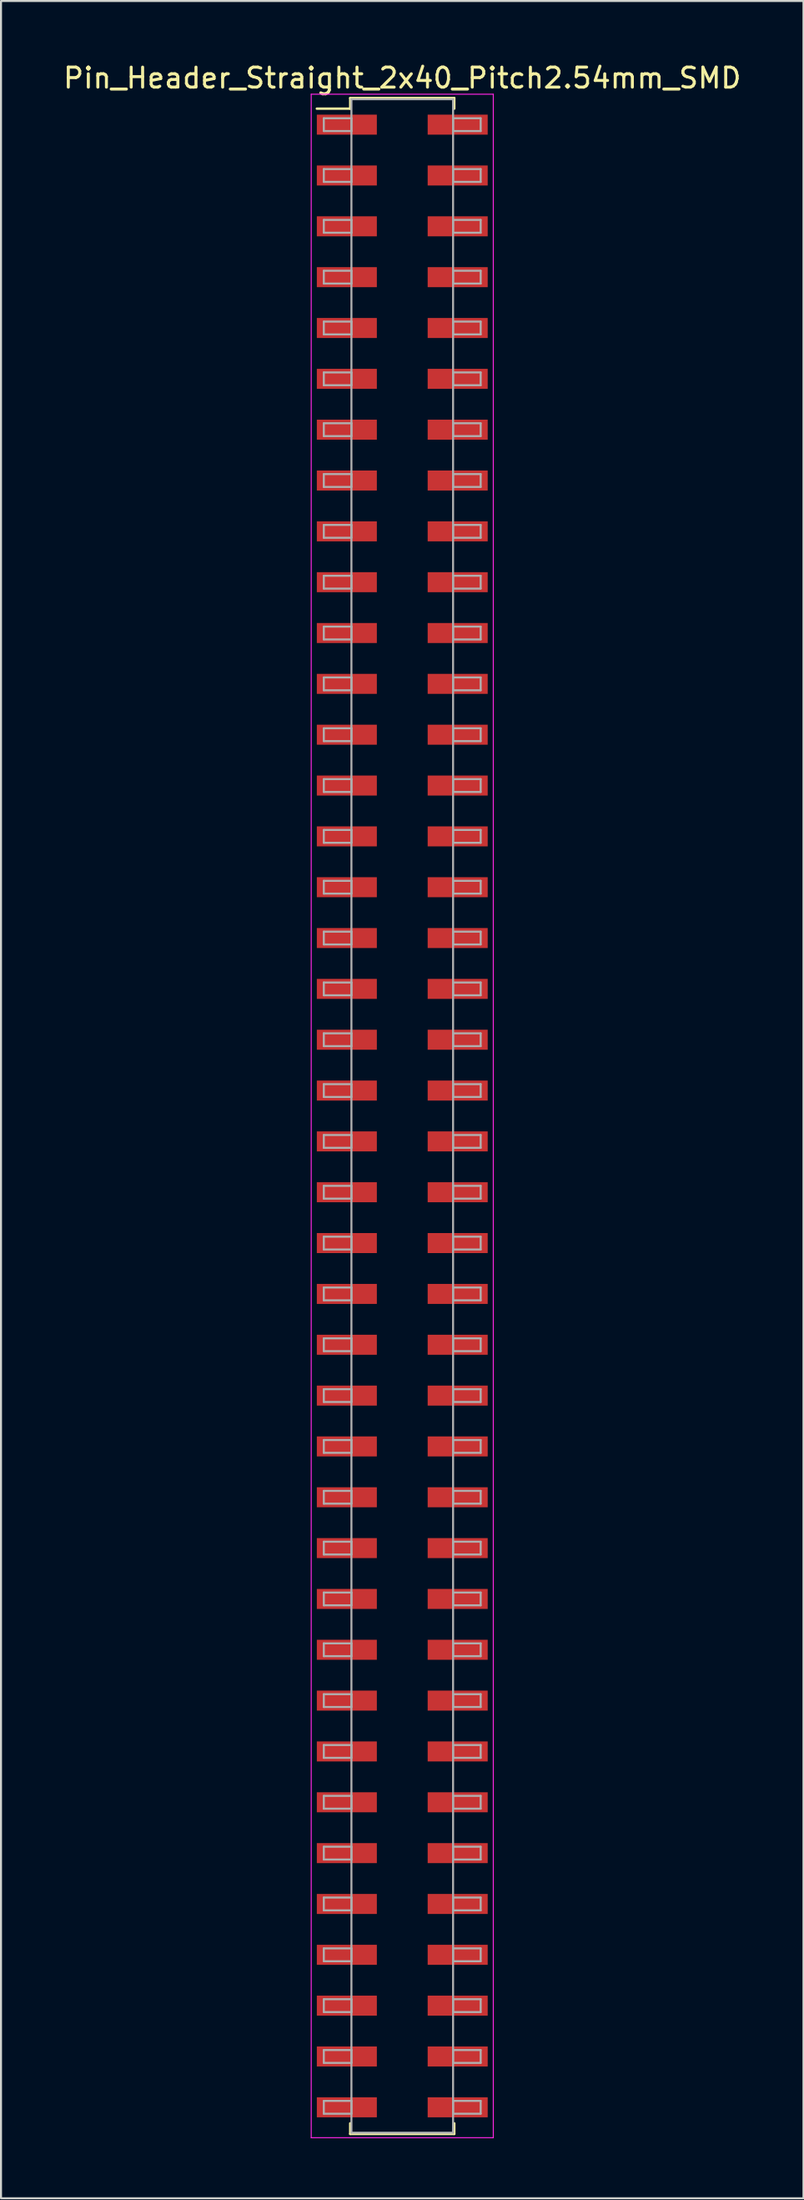
<source format=kicad_pcb>
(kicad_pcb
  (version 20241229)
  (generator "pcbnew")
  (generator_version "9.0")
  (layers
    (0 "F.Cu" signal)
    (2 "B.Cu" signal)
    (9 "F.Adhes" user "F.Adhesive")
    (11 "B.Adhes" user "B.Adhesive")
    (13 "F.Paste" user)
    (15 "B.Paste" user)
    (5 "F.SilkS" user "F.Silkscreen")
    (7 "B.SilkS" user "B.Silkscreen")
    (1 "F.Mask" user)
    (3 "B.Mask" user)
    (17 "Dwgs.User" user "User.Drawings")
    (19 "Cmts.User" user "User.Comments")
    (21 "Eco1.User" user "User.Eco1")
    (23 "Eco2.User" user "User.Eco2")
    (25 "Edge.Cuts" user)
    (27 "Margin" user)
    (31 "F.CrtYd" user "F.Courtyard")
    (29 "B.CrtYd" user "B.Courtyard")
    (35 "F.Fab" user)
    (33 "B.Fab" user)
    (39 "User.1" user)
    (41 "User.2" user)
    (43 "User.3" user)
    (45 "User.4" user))
  (footprint "Pin_Header_Straight_2x40_Pitch2.54mm_SMD"
    (layer "F.Cu")
    (at 17.054 52.708)
    (property "Reference" "Pin_Header_Straight_2x40_Pitch2.54mm_SMD" (at 0 -51.86 0) (layer "F.SilkS") (effects (font (size 1 1) (thickness 0.15))))
    (attr smd)
    (fp_line (start -4.27 -50.33) (end -2.6 -50.33) (stroke (width 0.12) (type solid)) (layer "F.SilkS"))
    (fp_line (start -2.6 -50.86) (end 2.6 -50.86) (stroke (width 0.12) (type solid)) (layer "F.SilkS"))
    (fp_line (start -2.6 -50.33) (end -2.6 -50.86) (stroke (width 0.12) (type solid)) (layer "F.SilkS"))
    (fp_line (start -2.6 50.33) (end -2.6 50.86) (stroke (width 0.12) (type solid)) (layer "F.SilkS"))
    (fp_line (start -2.6 50.86) (end 2.6 50.86) (stroke (width 0.12) (type solid)) (layer "F.SilkS"))
    (fp_line (start 2.6 -50.86) (end 2.6 -50.33) (stroke (width 0.12) (type solid)) (layer "F.SilkS"))
    (fp_line (start 2.6 50.86) (end 2.6 50.33) (stroke (width 0.12) (type solid)) (layer "F.SilkS"))
    (fp_line (start -4.55 -51.05) (end -4.55 51.05) (stroke (width 0.05) (type solid)) (layer "F.CrtYd"))
    (fp_line (start -4.55 51.05) (end 4.55 51.05) (stroke (width 0.05) (type solid)) (layer "F.CrtYd"))
    (fp_line (start 4.55 -51.05) (end -4.55 -51.05) (stroke (width 0.05) (type solid)) (layer "F.CrtYd"))
    (fp_line (start 4.55 51.05) (end 4.55 -51.05) (stroke (width 0.05) (type solid)) (layer "F.CrtYd"))
    (fp_line (start -3.92 -49.85) (end -2.54 -49.85) (stroke (width 0.1) (type solid)) (layer "F.Fab"))
    (fp_line (start -3.92 -49.21) (end -3.92 -49.85) (stroke (width 0.1) (type solid)) (layer "F.Fab"))
    (fp_line (start -3.92 -47.31) (end -2.54 -47.31) (stroke (width 0.1) (type solid)) (layer "F.Fab"))
    (fp_line (start -3.92 -46.67) (end -3.92 -47.31) (stroke (width 0.1) (type solid)) (layer "F.Fab"))
    (fp_line (start -3.92 -44.77) (end -2.54 -44.77) (stroke (width 0.1) (type solid)) (layer "F.Fab"))
    (fp_line (start -3.92 -44.13) (end -3.92 -44.77) (stroke (width 0.1) (type solid)) (layer "F.Fab"))
    (fp_line (start -3.92 -42.23) (end -2.54 -42.23) (stroke (width 0.1) (type solid)) (layer "F.Fab"))
    (fp_line (start -3.92 -41.59) (end -3.92 -42.23) (stroke (width 0.1) (type solid)) (layer "F.Fab"))
    (fp_line (start -3.92 -39.69) (end -2.54 -39.69) (stroke (width 0.1) (type solid)) (layer "F.Fab"))
    (fp_line (start -3.92 -39.05) (end -3.92 -39.69) (stroke (width 0.1) (type solid)) (layer "F.Fab"))
    (fp_line (start -3.92 -37.15) (end -2.54 -37.15) (stroke (width 0.1) (type solid)) (layer "F.Fab"))
    (fp_line (start -3.92 -36.51) (end -3.92 -37.15) (stroke (width 0.1) (type solid)) (layer "F.Fab"))
    (fp_line (start -3.92 -34.61) (end -2.54 -34.61) (stroke (width 0.1) (type solid)) (layer "F.Fab"))
    (fp_line (start -3.92 -33.97) (end -3.92 -34.61) (stroke (width 0.1) (type solid)) (layer "F.Fab"))
    (fp_line (start -3.92 -32.07) (end -2.54 -32.07) (stroke (width 0.1) (type solid)) (layer "F.Fab"))
    (fp_line (start -3.92 -31.43) (end -3.92 -32.07) (stroke (width 0.1) (type solid)) (layer "F.Fab"))
    (fp_line (start -3.92 -29.53) (end -2.54 -29.53) (stroke (width 0.1) (type solid)) (layer "F.Fab"))
    (fp_line (start -3.92 -28.89) (end -3.92 -29.53) (stroke (width 0.1) (type solid)) (layer "F.Fab"))
    (fp_line (start -3.92 -26.99) (end -2.54 -26.99) (stroke (width 0.1) (type solid)) (layer "F.Fab"))
    (fp_line (start -3.92 -26.35) (end -3.92 -26.99) (stroke (width 0.1) (type solid)) (layer "F.Fab"))
    (fp_line (start -3.92 -24.45) (end -2.54 -24.45) (stroke (width 0.1) (type solid)) (layer "F.Fab"))
    (fp_line (start -3.92 -23.81) (end -3.92 -24.45) (stroke (width 0.1) (type solid)) (layer "F.Fab"))
    (fp_line (start -3.92 -21.91) (end -2.54 -21.91) (stroke (width 0.1) (type solid)) (layer "F.Fab"))
    (fp_line (start -3.92 -21.27) (end -3.92 -21.91) (stroke (width 0.1) (type solid)) (layer "F.Fab"))
    (fp_line (start -3.92 -19.37) (end -2.54 -19.37) (stroke (width 0.1) (type solid)) (layer "F.Fab"))
    (fp_line (start -3.92 -18.73) (end -3.92 -19.37) (stroke (width 0.1) (type solid)) (layer "F.Fab"))
    (fp_line (start -3.92 -16.83) (end -2.54 -16.83) (stroke (width 0.1) (type solid)) (layer "F.Fab"))
    (fp_line (start -3.92 -16.19) (end -3.92 -16.83) (stroke (width 0.1) (type solid)) (layer "F.Fab"))
    (fp_line (start -3.92 -14.29) (end -2.54 -14.29) (stroke (width 0.1) (type solid)) (layer "F.Fab"))
    (fp_line (start -3.92 -13.65) (end -3.92 -14.29) (stroke (width 0.1) (type solid)) (layer "F.Fab"))
    (fp_line (start -3.92 -11.75) (end -2.54 -11.75) (stroke (width 0.1) (type solid)) (layer "F.Fab"))
    (fp_line (start -3.92 -11.11) (end -3.92 -11.75) (stroke (width 0.1) (type solid)) (layer "F.Fab"))
    (fp_line (start -3.92 -9.21) (end -2.54 -9.21) (stroke (width 0.1) (type solid)) (layer "F.Fab"))
    (fp_line (start -3.92 -8.57) (end -3.92 -9.21) (stroke (width 0.1) (type solid)) (layer "F.Fab"))
    (fp_line (start -3.92 -6.67) (end -2.54 -6.67) (stroke (width 0.1) (type solid)) (layer "F.Fab"))
    (fp_line (start -3.92 -6.03) (end -3.92 -6.67) (stroke (width 0.1) (type solid)) (layer "F.Fab"))
    (fp_line (start -3.92 -4.13) (end -2.54 -4.13) (stroke (width 0.1) (type solid)) (layer "F.Fab"))
    (fp_line (start -3.92 -3.49) (end -3.92 -4.13) (stroke (width 0.1) (type solid)) (layer "F.Fab"))
    (fp_line (start -3.92 -1.59) (end -2.54 -1.59) (stroke (width 0.1) (type solid)) (layer "F.Fab"))
    (fp_line (start -3.92 -0.95) (end -3.92 -1.59) (stroke (width 0.1) (type solid)) (layer "F.Fab"))
    (fp_line (start -3.92 0.95) (end -2.54 0.95) (stroke (width 0.1) (type solid)) (layer "F.Fab"))
    (fp_line (start -3.92 1.59) (end -3.92 0.95) (stroke (width 0.1) (type solid)) (layer "F.Fab"))
    (fp_line (start -3.92 3.49) (end -2.54 3.49) (stroke (width 0.1) (type solid)) (layer "F.Fab"))
    (fp_line (start -3.92 4.13) (end -3.92 3.49) (stroke (width 0.1) (type solid)) (layer "F.Fab"))
    (fp_line (start -3.92 6.03) (end -2.54 6.03) (stroke (width 0.1) (type solid)) (layer "F.Fab"))
    (fp_line (start -3.92 6.67) (end -3.92 6.03) (stroke (width 0.1) (type solid)) (layer "F.Fab"))
    (fp_line (start -3.92 8.57) (end -2.54 8.57) (stroke (width 0.1) (type solid)) (layer "F.Fab"))
    (fp_line (start -3.92 9.21) (end -3.92 8.57) (stroke (width 0.1) (type solid)) (layer "F.Fab"))
    (fp_line (start -3.92 11.11) (end -2.54 11.11) (stroke (width 0.1) (type solid)) (layer "F.Fab"))
    (fp_line (start -3.92 11.75) (end -3.92 11.11) (stroke (width 0.1) (type solid)) (layer "F.Fab"))
    (fp_line (start -3.92 13.65) (end -2.54 13.65) (stroke (width 0.1) (type solid)) (layer "F.Fab"))
    (fp_line (start -3.92 14.29) (end -3.92 13.65) (stroke (width 0.1) (type solid)) (layer "F.Fab"))
    (fp_line (start -3.92 16.19) (end -2.54 16.19) (stroke (width 0.1) (type solid)) (layer "F.Fab"))
    (fp_line (start -3.92 16.83) (end -3.92 16.19) (stroke (width 0.1) (type solid)) (layer "F.Fab"))
    (fp_line (start -3.92 18.73) (end -2.54 18.73) (stroke (width 0.1) (type solid)) (layer "F.Fab"))
    (fp_line (start -3.92 19.37) (end -3.92 18.73) (stroke (width 0.1) (type solid)) (layer "F.Fab"))
    (fp_line (start -3.92 21.27) (end -2.54 21.27) (stroke (width 0.1) (type solid)) (layer "F.Fab"))
    (fp_line (start -3.92 21.91) (end -3.92 21.27) (stroke (width 0.1) (type solid)) (layer "F.Fab"))
    (fp_line (start -3.92 23.81) (end -2.54 23.81) (stroke (width 0.1) (type solid)) (layer "F.Fab"))
    (fp_line (start -3.92 24.45) (end -3.92 23.81) (stroke (width 0.1) (type solid)) (layer "F.Fab"))
    (fp_line (start -3.92 26.35) (end -2.54 26.35) (stroke (width 0.1) (type solid)) (layer "F.Fab"))
    (fp_line (start -3.92 26.99) (end -3.92 26.35) (stroke (width 0.1) (type solid)) (layer "F.Fab"))
    (fp_line (start -3.92 28.89) (end -2.54 28.89) (stroke (width 0.1) (type solid)) (layer "F.Fab"))
    (fp_line (start -3.92 29.53) (end -3.92 28.89) (stroke (width 0.1) (type solid)) (layer "F.Fab"))
    (fp_line (start -3.92 31.43) (end -2.54 31.43) (stroke (width 0.1) (type solid)) (layer "F.Fab"))
    (fp_line (start -3.92 32.07) (end -3.92 31.43) (stroke (width 0.1) (type solid)) (layer "F.Fab"))
    (fp_line (start -3.92 33.97) (end -2.54 33.97) (stroke (width 0.1) (type solid)) (layer "F.Fab"))
    (fp_line (start -3.92 34.61) (end -3.92 33.97) (stroke (width 0.1) (type solid)) (layer "F.Fab"))
    (fp_line (start -3.92 36.51) (end -2.54 36.51) (stroke (width 0.1) (type solid)) (layer "F.Fab"))
    (fp_line (start -3.92 37.15) (end -3.92 36.51) (stroke (width 0.1) (type solid)) (layer "F.Fab"))
    (fp_line (start -3.92 39.05) (end -2.54 39.05) (stroke (width 0.1) (type solid)) (layer "F.Fab"))
    (fp_line (start -3.92 39.69) (end -3.92 39.05) (stroke (width 0.1) (type solid)) (layer "F.Fab"))
    (fp_line (start -3.92 41.59) (end -2.54 41.59) (stroke (width 0.1) (type solid)) (layer "F.Fab"))
    (fp_line (start -3.92 42.23) (end -3.92 41.59) (stroke (width 0.1) (type solid)) (layer "F.Fab"))
    (fp_line (start -3.92 44.13) (end -2.54 44.13) (stroke (width 0.1) (type solid)) (layer "F.Fab"))
    (fp_line (start -3.92 44.77) (end -3.92 44.13) (stroke (width 0.1) (type solid)) (layer "F.Fab"))
    (fp_line (start -3.92 46.67) (end -2.54 46.67) (stroke (width 0.1) (type solid)) (layer "F.Fab"))
    (fp_line (start -3.92 47.31) (end -3.92 46.67) (stroke (width 0.1) (type solid)) (layer "F.Fab"))
    (fp_line (start -3.92 49.21) (end -2.54 49.21) (stroke (width 0.1) (type solid)) (layer "F.Fab"))
    (fp_line (start -3.92 49.85) (end -3.92 49.21) (stroke (width 0.1) (type solid)) (layer "F.Fab"))
    (fp_line (start -2.54 -50.8) (end -2.54 50.8) (stroke (width 0.1) (type solid)) (layer "F.Fab"))
    (fp_line (start -2.54 -49.85) (end -2.54 -49.21) (stroke (width 0.1) (type solid)) (layer "F.Fab"))
    (fp_line (start -2.54 -49.21) (end -3.92 -49.21) (stroke (width 0.1) (type solid)) (layer "F.Fab"))
    (fp_line (start -2.54 -47.31) (end -2.54 -46.67) (stroke (width 0.1) (type solid)) (layer "F.Fab"))
    (fp_line (start -2.54 -46.67) (end -3.92 -46.67) (stroke (width 0.1) (type solid)) (layer "F.Fab"))
    (fp_line (start -2.54 -44.77) (end -2.54 -44.13) (stroke (width 0.1) (type solid)) (layer "F.Fab"))
    (fp_line (start -2.54 -44.13) (end -3.92 -44.13) (stroke (width 0.1) (type solid)) (layer "F.Fab"))
    (fp_line (start -2.54 -42.23) (end -2.54 -41.59) (stroke (width 0.1) (type solid)) (layer "F.Fab"))
    (fp_line (start -2.54 -41.59) (end -3.92 -41.59) (stroke (width 0.1) (type solid)) (layer "F.Fab"))
    (fp_line (start -2.54 -39.69) (end -2.54 -39.05) (stroke (width 0.1) (type solid)) (layer "F.Fab"))
    (fp_line (start -2.54 -39.05) (end -3.92 -39.05) (stroke (width 0.1) (type solid)) (layer "F.Fab"))
    (fp_line (start -2.54 -37.15) (end -2.54 -36.51) (stroke (width 0.1) (type solid)) (layer "F.Fab"))
    (fp_line (start -2.54 -36.51) (end -3.92 -36.51) (stroke (width 0.1) (type solid)) (layer "F.Fab"))
    (fp_line (start -2.54 -34.61) (end -2.54 -33.97) (stroke (width 0.1) (type solid)) (layer "F.Fab"))
    (fp_line (start -2.54 -33.97) (end -3.92 -33.97) (stroke (width 0.1) (type solid)) (layer "F.Fab"))
    (fp_line (start -2.54 -32.07) (end -2.54 -31.43) (stroke (width 0.1) (type solid)) (layer "F.Fab"))
    (fp_line (start -2.54 -31.43) (end -3.92 -31.43) (stroke (width 0.1) (type solid)) (layer "F.Fab"))
    (fp_line (start -2.54 -29.53) (end -2.54 -28.89) (stroke (width 0.1) (type solid)) (layer "F.Fab"))
    (fp_line (start -2.54 -28.89) (end -3.92 -28.89) (stroke (width 0.1) (type solid)) (layer "F.Fab"))
    (fp_line (start -2.54 -26.99) (end -2.54 -26.35) (stroke (width 0.1) (type solid)) (layer "F.Fab"))
    (fp_line (start -2.54 -26.35) (end -3.92 -26.35) (stroke (width 0.1) (type solid)) (layer "F.Fab"))
    (fp_line (start -2.54 -24.45) (end -2.54 -23.81) (stroke (width 0.1) (type solid)) (layer "F.Fab"))
    (fp_line (start -2.54 -23.81) (end -3.92 -23.81) (stroke (width 0.1) (type solid)) (layer "F.Fab"))
    (fp_line (start -2.54 -21.91) (end -2.54 -21.27) (stroke (width 0.1) (type solid)) (layer "F.Fab"))
    (fp_line (start -2.54 -21.27) (end -3.92 -21.27) (stroke (width 0.1) (type solid)) (layer "F.Fab"))
    (fp_line (start -2.54 -19.37) (end -2.54 -18.73) (stroke (width 0.1) (type solid)) (layer "F.Fab"))
    (fp_line (start -2.54 -18.73) (end -3.92 -18.73) (stroke (width 0.1) (type solid)) (layer "F.Fab"))
    (fp_line (start -2.54 -16.83) (end -2.54 -16.19) (stroke (width 0.1) (type solid)) (layer "F.Fab"))
    (fp_line (start -2.54 -16.19) (end -3.92 -16.19) (stroke (width 0.1) (type solid)) (layer "F.Fab"))
    (fp_line (start -2.54 -14.29) (end -2.54 -13.65) (stroke (width 0.1) (type solid)) (layer "F.Fab"))
    (fp_line (start -2.54 -13.65) (end -3.92 -13.65) (stroke (width 0.1) (type solid)) (layer "F.Fab"))
    (fp_line (start -2.54 -11.75) (end -2.54 -11.11) (stroke (width 0.1) (type solid)) (layer "F.Fab"))
    (fp_line (start -2.54 -11.11) (end -3.92 -11.11) (stroke (width 0.1) (type solid)) (layer "F.Fab"))
    (fp_line (start -2.54 -9.21) (end -2.54 -8.57) (stroke (width 0.1) (type solid)) (layer "F.Fab"))
    (fp_line (start -2.54 -8.57) (end -3.92 -8.57) (stroke (width 0.1) (type solid)) (layer "F.Fab"))
    (fp_line (start -2.54 -6.67) (end -2.54 -6.03) (stroke (width 0.1) (type solid)) (layer "F.Fab"))
    (fp_line (start -2.54 -6.03) (end -3.92 -6.03) (stroke (width 0.1) (type solid)) (layer "F.Fab"))
    (fp_line (start -2.54 -4.13) (end -2.54 -3.49) (stroke (width 0.1) (type solid)) (layer "F.Fab"))
    (fp_line (start -2.54 -3.49) (end -3.92 -3.49) (stroke (width 0.1) (type solid)) (layer "F.Fab"))
    (fp_line (start -2.54 -1.59) (end -2.54 -0.95) (stroke (width 0.1) (type solid)) (layer "F.Fab"))
    (fp_line (start -2.54 -0.95) (end -3.92 -0.95) (stroke (width 0.1) (type solid)) (layer "F.Fab"))
    (fp_line (start -2.54 0.95) (end -2.54 1.59) (stroke (width 0.1) (type solid)) (layer "F.Fab"))
    (fp_line (start -2.54 1.59) (end -3.92 1.59) (stroke (width 0.1) (type solid)) (layer "F.Fab"))
    (fp_line (start -2.54 3.49) (end -2.54 4.13) (stroke (width 0.1) (type solid)) (layer "F.Fab"))
    (fp_line (start -2.54 4.13) (end -3.92 4.13) (stroke (width 0.1) (type solid)) (layer "F.Fab"))
    (fp_line (start -2.54 6.03) (end -2.54 6.67) (stroke (width 0.1) (type solid)) (layer "F.Fab"))
    (fp_line (start -2.54 6.67) (end -3.92 6.67) (stroke (width 0.1) (type solid)) (layer "F.Fab"))
    (fp_line (start -2.54 8.57) (end -2.54 9.21) (stroke (width 0.1) (type solid)) (layer "F.Fab"))
    (fp_line (start -2.54 9.21) (end -3.92 9.21) (stroke (width 0.1) (type solid)) (layer "F.Fab"))
    (fp_line (start -2.54 11.11) (end -2.54 11.75) (stroke (width 0.1) (type solid)) (layer "F.Fab"))
    (fp_line (start -2.54 11.75) (end -3.92 11.75) (stroke (width 0.1) (type solid)) (layer "F.Fab"))
    (fp_line (start -2.54 13.65) (end -2.54 14.29) (stroke (width 0.1) (type solid)) (layer "F.Fab"))
    (fp_line (start -2.54 14.29) (end -3.92 14.29) (stroke (width 0.1) (type solid)) (layer "F.Fab"))
    (fp_line (start -2.54 16.19) (end -2.54 16.83) (stroke (width 0.1) (type solid)) (layer "F.Fab"))
    (fp_line (start -2.54 16.83) (end -3.92 16.83) (stroke (width 0.1) (type solid)) (layer "F.Fab"))
    (fp_line (start -2.54 18.73) (end -2.54 19.37) (stroke (width 0.1) (type solid)) (layer "F.Fab"))
    (fp_line (start -2.54 19.37) (end -3.92 19.37) (stroke (width 0.1) (type solid)) (layer "F.Fab"))
    (fp_line (start -2.54 21.27) (end -2.54 21.91) (stroke (width 0.1) (type solid)) (layer "F.Fab"))
    (fp_line (start -2.54 21.91) (end -3.92 21.91) (stroke (width 0.1) (type solid)) (layer "F.Fab"))
    (fp_line (start -2.54 23.81) (end -2.54 24.45) (stroke (width 0.1) (type solid)) (layer "F.Fab"))
    (fp_line (start -2.54 24.45) (end -3.92 24.45) (stroke (width 0.1) (type solid)) (layer "F.Fab"))
    (fp_line (start -2.54 26.35) (end -2.54 26.99) (stroke (width 0.1) (type solid)) (layer "F.Fab"))
    (fp_line (start -2.54 26.99) (end -3.92 26.99) (stroke (width 0.1) (type solid)) (layer "F.Fab"))
    (fp_line (start -2.54 28.89) (end -2.54 29.53) (stroke (width 0.1) (type solid)) (layer "F.Fab"))
    (fp_line (start -2.54 29.53) (end -3.92 29.53) (stroke (width 0.1) (type solid)) (layer "F.Fab"))
    (fp_line (start -2.54 31.43) (end -2.54 32.07) (stroke (width 0.1) (type solid)) (layer "F.Fab"))
    (fp_line (start -2.54 32.07) (end -3.92 32.07) (stroke (width 0.1) (type solid)) (layer "F.Fab"))
    (fp_line (start -2.54 33.97) (end -2.54 34.61) (stroke (width 0.1) (type solid)) (layer "F.Fab"))
    (fp_line (start -2.54 34.61) (end -3.92 34.61) (stroke (width 0.1) (type solid)) (layer "F.Fab"))
    (fp_line (start -2.54 36.51) (end -2.54 37.15) (stroke (width 0.1) (type solid)) (layer "F.Fab"))
    (fp_line (start -2.54 37.15) (end -3.92 37.15) (stroke (width 0.1) (type solid)) (layer "F.Fab"))
    (fp_line (start -2.54 39.05) (end -2.54 39.69) (stroke (width 0.1) (type solid)) (layer "F.Fab"))
    (fp_line (start -2.54 39.69) (end -3.92 39.69) (stroke (width 0.1) (type solid)) (layer "F.Fab"))
    (fp_line (start -2.54 41.59) (end -2.54 42.23) (stroke (width 0.1) (type solid)) (layer "F.Fab"))
    (fp_line (start -2.54 42.23) (end -3.92 42.23) (stroke (width 0.1) (type solid)) (layer "F.Fab"))
    (fp_line (start -2.54 44.13) (end -2.54 44.77) (stroke (width 0.1) (type solid)) (layer "F.Fab"))
    (fp_line (start -2.54 44.77) (end -3.92 44.77) (stroke (width 0.1) (type solid)) (layer "F.Fab"))
    (fp_line (start -2.54 46.67) (end -2.54 47.31) (stroke (width 0.1) (type solid)) (layer "F.Fab"))
    (fp_line (start -2.54 47.31) (end -3.92 47.31) (stroke (width 0.1) (type solid)) (layer "F.Fab"))
    (fp_line (start -2.54 49.21) (end -2.54 49.85) (stroke (width 0.1) (type solid)) (layer "F.Fab"))
    (fp_line (start -2.54 49.85) (end -3.92 49.85) (stroke (width 0.1) (type solid)) (layer "F.Fab"))
    (fp_line (start -2.54 50.8) (end 2.54 50.8) (stroke (width 0.1) (type solid)) (layer "F.Fab"))
    (fp_line (start 2.54 -50.8) (end -2.54 -50.8) (stroke (width 0.1) (type solid)) (layer "F.Fab"))
    (fp_line (start 2.54 -49.85) (end 2.54 -49.21) (stroke (width 0.1) (type solid)) (layer "F.Fab"))
    (fp_line (start 2.54 -49.21) (end 3.92 -49.21) (stroke (width 0.1) (type solid)) (layer "F.Fab"))
    (fp_line (start 2.54 -47.31) (end 2.54 -46.67) (stroke (width 0.1) (type solid)) (layer "F.Fab"))
    (fp_line (start 2.54 -46.67) (end 3.92 -46.67) (stroke (width 0.1) (type solid)) (layer "F.Fab"))
    (fp_line (start 2.54 -44.77) (end 2.54 -44.13) (stroke (width 0.1) (type solid)) (layer "F.Fab"))
    (fp_line (start 2.54 -44.13) (end 3.92 -44.13) (stroke (width 0.1) (type solid)) (layer "F.Fab"))
    (fp_line (start 2.54 -42.23) (end 2.54 -41.59) (stroke (width 0.1) (type solid)) (layer "F.Fab"))
    (fp_line (start 2.54 -41.59) (end 3.92 -41.59) (stroke (width 0.1) (type solid)) (layer "F.Fab"))
    (fp_line (start 2.54 -39.69) (end 2.54 -39.05) (stroke (width 0.1) (type solid)) (layer "F.Fab"))
    (fp_line (start 2.54 -39.05) (end 3.92 -39.05) (stroke (width 0.1) (type solid)) (layer "F.Fab"))
    (fp_line (start 2.54 -37.15) (end 2.54 -36.51) (stroke (width 0.1) (type solid)) (layer "F.Fab"))
    (fp_line (start 2.54 -36.51) (end 3.92 -36.51) (stroke (width 0.1) (type solid)) (layer "F.Fab"))
    (fp_line (start 2.54 -34.61) (end 2.54 -33.97) (stroke (width 0.1) (type solid)) (layer "F.Fab"))
    (fp_line (start 2.54 -33.97) (end 3.92 -33.97) (stroke (width 0.1) (type solid)) (layer "F.Fab"))
    (fp_line (start 2.54 -32.07) (end 2.54 -31.43) (stroke (width 0.1) (type solid)) (layer "F.Fab"))
    (fp_line (start 2.54 -31.43) (end 3.92 -31.43) (stroke (width 0.1) (type solid)) (layer "F.Fab"))
    (fp_line (start 2.54 -29.53) (end 2.54 -28.89) (stroke (width 0.1) (type solid)) (layer "F.Fab"))
    (fp_line (start 2.54 -28.89) (end 3.92 -28.89) (stroke (width 0.1) (type solid)) (layer "F.Fab"))
    (fp_line (start 2.54 -26.99) (end 2.54 -26.35) (stroke (width 0.1) (type solid)) (layer "F.Fab"))
    (fp_line (start 2.54 -26.35) (end 3.92 -26.35) (stroke (width 0.1) (type solid)) (layer "F.Fab"))
    (fp_line (start 2.54 -24.45) (end 2.54 -23.81) (stroke (width 0.1) (type solid)) (layer "F.Fab"))
    (fp_line (start 2.54 -23.81) (end 3.92 -23.81) (stroke (width 0.1) (type solid)) (layer "F.Fab"))
    (fp_line (start 2.54 -21.91) (end 2.54 -21.27) (stroke (width 0.1) (type solid)) (layer "F.Fab"))
    (fp_line (start 2.54 -21.27) (end 3.92 -21.27) (stroke (width 0.1) (type solid)) (layer "F.Fab"))
    (fp_line (start 2.54 -19.37) (end 2.54 -18.73) (stroke (width 0.1) (type solid)) (layer "F.Fab"))
    (fp_line (start 2.54 -18.73) (end 3.92 -18.73) (stroke (width 0.1) (type solid)) (layer "F.Fab"))
    (fp_line (start 2.54 -16.83) (end 2.54 -16.19) (stroke (width 0.1) (type solid)) (layer "F.Fab"))
    (fp_line (start 2.54 -16.19) (end 3.92 -16.19) (stroke (width 0.1) (type solid)) (layer "F.Fab"))
    (fp_line (start 2.54 -14.29) (end 2.54 -13.65) (stroke (width 0.1) (type solid)) (layer "F.Fab"))
    (fp_line (start 2.54 -13.65) (end 3.92 -13.65) (stroke (width 0.1) (type solid)) (layer "F.Fab"))
    (fp_line (start 2.54 -11.75) (end 2.54 -11.11) (stroke (width 0.1) (type solid)) (layer "F.Fab"))
    (fp_line (start 2.54 -11.11) (end 3.92 -11.11) (stroke (width 0.1) (type solid)) (layer "F.Fab"))
    (fp_line (start 2.54 -9.21) (end 2.54 -8.57) (stroke (width 0.1) (type solid)) (layer "F.Fab"))
    (fp_line (start 2.54 -8.57) (end 3.92 -8.57) (stroke (width 0.1) (type solid)) (layer "F.Fab"))
    (fp_line (start 2.54 -6.67) (end 2.54 -6.03) (stroke (width 0.1) (type solid)) (layer "F.Fab"))
    (fp_line (start 2.54 -6.03) (end 3.92 -6.03) (stroke (width 0.1) (type solid)) (layer "F.Fab"))
    (fp_line (start 2.54 -4.13) (end 2.54 -3.49) (stroke (width 0.1) (type solid)) (layer "F.Fab"))
    (fp_line (start 2.54 -3.49) (end 3.92 -3.49) (stroke (width 0.1) (type solid)) (layer "F.Fab"))
    (fp_line (start 2.54 -1.59) (end 2.54 -0.95) (stroke (width 0.1) (type solid)) (layer "F.Fab"))
    (fp_line (start 2.54 -0.95) (end 3.92 -0.95) (stroke (width 0.1) (type solid)) (layer "F.Fab"))
    (fp_line (start 2.54 0.95) (end 2.54 1.59) (stroke (width 0.1) (type solid)) (layer "F.Fab"))
    (fp_line (start 2.54 1.59) (end 3.92 1.59) (stroke (width 0.1) (type solid)) (layer "F.Fab"))
    (fp_line (start 2.54 3.49) (end 2.54 4.13) (stroke (width 0.1) (type solid)) (layer "F.Fab"))
    (fp_line (start 2.54 4.13) (end 3.92 4.13) (stroke (width 0.1) (type solid)) (layer "F.Fab"))
    (fp_line (start 2.54 6.03) (end 2.54 6.67) (stroke (width 0.1) (type solid)) (layer "F.Fab"))
    (fp_line (start 2.54 6.67) (end 3.92 6.67) (stroke (width 0.1) (type solid)) (layer "F.Fab"))
    (fp_line (start 2.54 8.57) (end 2.54 9.21) (stroke (width 0.1) (type solid)) (layer "F.Fab"))
    (fp_line (start 2.54 9.21) (end 3.92 9.21) (stroke (width 0.1) (type solid)) (layer "F.Fab"))
    (fp_line (start 2.54 11.11) (end 2.54 11.75) (stroke (width 0.1) (type solid)) (layer "F.Fab"))
    (fp_line (start 2.54 11.75) (end 3.92 11.75) (stroke (width 0.1) (type solid)) (layer "F.Fab"))
    (fp_line (start 2.54 13.65) (end 2.54 14.29) (stroke (width 0.1) (type solid)) (layer "F.Fab"))
    (fp_line (start 2.54 14.29) (end 3.92 14.29) (stroke (width 0.1) (type solid)) (layer "F.Fab"))
    (fp_line (start 2.54 16.19) (end 2.54 16.83) (stroke (width 0.1) (type solid)) (layer "F.Fab"))
    (fp_line (start 2.54 16.83) (end 3.92 16.83) (stroke (width 0.1) (type solid)) (layer "F.Fab"))
    (fp_line (start 2.54 18.73) (end 2.54 19.37) (stroke (width 0.1) (type solid)) (layer "F.Fab"))
    (fp_line (start 2.54 19.37) (end 3.92 19.37) (stroke (width 0.1) (type solid)) (layer "F.Fab"))
    (fp_line (start 2.54 21.27) (end 2.54 21.91) (stroke (width 0.1) (type solid)) (layer "F.Fab"))
    (fp_line (start 2.54 21.91) (end 3.92 21.91) (stroke (width 0.1) (type solid)) (layer "F.Fab"))
    (fp_line (start 2.54 23.81) (end 2.54 24.45) (stroke (width 0.1) (type solid)) (layer "F.Fab"))
    (fp_line (start 2.54 24.45) (end 3.92 24.45) (stroke (width 0.1) (type solid)) (layer "F.Fab"))
    (fp_line (start 2.54 26.35) (end 2.54 26.99) (stroke (width 0.1) (type solid)) (layer "F.Fab"))
    (fp_line (start 2.54 26.99) (end 3.92 26.99) (stroke (width 0.1) (type solid)) (layer "F.Fab"))
    (fp_line (start 2.54 28.89) (end 2.54 29.53) (stroke (width 0.1) (type solid)) (layer "F.Fab"))
    (fp_line (start 2.54 29.53) (end 3.92 29.53) (stroke (width 0.1) (type solid)) (layer "F.Fab"))
    (fp_line (start 2.54 31.43) (end 2.54 32.07) (stroke (width 0.1) (type solid)) (layer "F.Fab"))
    (fp_line (start 2.54 32.07) (end 3.92 32.07) (stroke (width 0.1) (type solid)) (layer "F.Fab"))
    (fp_line (start 2.54 33.97) (end 2.54 34.61) (stroke (width 0.1) (type solid)) (layer "F.Fab"))
    (fp_line (start 2.54 34.61) (end 3.92 34.61) (stroke (width 0.1) (type solid)) (layer "F.Fab"))
    (fp_line (start 2.54 36.51) (end 2.54 37.15) (stroke (width 0.1) (type solid)) (layer "F.Fab"))
    (fp_line (start 2.54 37.15) (end 3.92 37.15) (stroke (width 0.1) (type solid)) (layer "F.Fab"))
    (fp_line (start 2.54 39.05) (end 2.54 39.69) (stroke (width 0.1) (type solid)) (layer "F.Fab"))
    (fp_line (start 2.54 39.69) (end 3.92 39.69) (stroke (width 0.1) (type solid)) (layer "F.Fab"))
    (fp_line (start 2.54 41.59) (end 2.54 42.23) (stroke (width 0.1) (type solid)) (layer "F.Fab"))
    (fp_line (start 2.54 42.23) (end 3.92 42.23) (stroke (width 0.1) (type solid)) (layer "F.Fab"))
    (fp_line (start 2.54 44.13) (end 2.54 44.77) (stroke (width 0.1) (type solid)) (layer "F.Fab"))
    (fp_line (start 2.54 44.77) (end 3.92 44.77) (stroke (width 0.1) (type solid)) (layer "F.Fab"))
    (fp_line (start 2.54 46.67) (end 2.54 47.31) (stroke (width 0.1) (type solid)) (layer "F.Fab"))
    (fp_line (start 2.54 47.31) (end 3.92 47.31) (stroke (width 0.1) (type solid)) (layer "F.Fab"))
    (fp_line (start 2.54 49.21) (end 2.54 49.85) (stroke (width 0.1) (type solid)) (layer "F.Fab"))
    (fp_line (start 2.54 49.85) (end 3.92 49.85) (stroke (width 0.1) (type solid)) (layer "F.Fab"))
    (fp_line (start 2.54 50.8) (end 2.54 -50.8) (stroke (width 0.1) (type solid)) (layer "F.Fab"))
    (fp_line (start 3.92 -49.85) (end 2.54 -49.85) (stroke (width 0.1) (type solid)) (layer "F.Fab"))
    (fp_line (start 3.92 -49.21) (end 3.92 -49.85) (stroke (width 0.1) (type solid)) (layer "F.Fab"))
    (fp_line (start 3.92 -47.31) (end 2.54 -47.31) (stroke (width 0.1) (type solid)) (layer "F.Fab"))
    (fp_line (start 3.92 -46.67) (end 3.92 -47.31) (stroke (width 0.1) (type solid)) (layer "F.Fab"))
    (fp_line (start 3.92 -44.77) (end 2.54 -44.77) (stroke (width 0.1) (type solid)) (layer "F.Fab"))
    (fp_line (start 3.92 -44.13) (end 3.92 -44.77) (stroke (width 0.1) (type solid)) (layer "F.Fab"))
    (fp_line (start 3.92 -42.23) (end 2.54 -42.23) (stroke (width 0.1) (type solid)) (layer "F.Fab"))
    (fp_line (start 3.92 -41.59) (end 3.92 -42.23) (stroke (width 0.1) (type solid)) (layer "F.Fab"))
    (fp_line (start 3.92 -39.69) (end 2.54 -39.69) (stroke (width 0.1) (type solid)) (layer "F.Fab"))
    (fp_line (start 3.92 -39.05) (end 3.92 -39.69) (stroke (width 0.1) (type solid)) (layer "F.Fab"))
    (fp_line (start 3.92 -37.15) (end 2.54 -37.15) (stroke (width 0.1) (type solid)) (layer "F.Fab"))
    (fp_line (start 3.92 -36.51) (end 3.92 -37.15) (stroke (width 0.1) (type solid)) (layer "F.Fab"))
    (fp_line (start 3.92 -34.61) (end 2.54 -34.61) (stroke (width 0.1) (type solid)) (layer "F.Fab"))
    (fp_line (start 3.92 -33.97) (end 3.92 -34.61) (stroke (width 0.1) (type solid)) (layer "F.Fab"))
    (fp_line (start 3.92 -32.07) (end 2.54 -32.07) (stroke (width 0.1) (type solid)) (layer "F.Fab"))
    (fp_line (start 3.92 -31.43) (end 3.92 -32.07) (stroke (width 0.1) (type solid)) (layer "F.Fab"))
    (fp_line (start 3.92 -29.53) (end 2.54 -29.53) (stroke (width 0.1) (type solid)) (layer "F.Fab"))
    (fp_line (start 3.92 -28.89) (end 3.92 -29.53) (stroke (width 0.1) (type solid)) (layer "F.Fab"))
    (fp_line (start 3.92 -26.99) (end 2.54 -26.99) (stroke (width 0.1) (type solid)) (layer "F.Fab"))
    (fp_line (start 3.92 -26.35) (end 3.92 -26.99) (stroke (width 0.1) (type solid)) (layer "F.Fab"))
    (fp_line (start 3.92 -24.45) (end 2.54 -24.45) (stroke (width 0.1) (type solid)) (layer "F.Fab"))
    (fp_line (start 3.92 -23.81) (end 3.92 -24.45) (stroke (width 0.1) (type solid)) (layer "F.Fab"))
    (fp_line (start 3.92 -21.91) (end 2.54 -21.91) (stroke (width 0.1) (type solid)) (layer "F.Fab"))
    (fp_line (start 3.92 -21.27) (end 3.92 -21.91) (stroke (width 0.1) (type solid)) (layer "F.Fab"))
    (fp_line (start 3.92 -19.37) (end 2.54 -19.37) (stroke (width 0.1) (type solid)) (layer "F.Fab"))
    (fp_line (start 3.92 -18.73) (end 3.92 -19.37) (stroke (width 0.1) (type solid)) (layer "F.Fab"))
    (fp_line (start 3.92 -16.83) (end 2.54 -16.83) (stroke (width 0.1) (type solid)) (layer "F.Fab"))
    (fp_line (start 3.92 -16.19) (end 3.92 -16.83) (stroke (width 0.1) (type solid)) (layer "F.Fab"))
    (fp_line (start 3.92 -14.29) (end 2.54 -14.29) (stroke (width 0.1) (type solid)) (layer "F.Fab"))
    (fp_line (start 3.92 -13.65) (end 3.92 -14.29) (stroke (width 0.1) (type solid)) (layer "F.Fab"))
    (fp_line (start 3.92 -11.75) (end 2.54 -11.75) (stroke (width 0.1) (type solid)) (layer "F.Fab"))
    (fp_line (start 3.92 -11.11) (end 3.92 -11.75) (stroke (width 0.1) (type solid)) (layer "F.Fab"))
    (fp_line (start 3.92 -9.21) (end 2.54 -9.21) (stroke (width 0.1) (type solid)) (layer "F.Fab"))
    (fp_line (start 3.92 -8.57) (end 3.92 -9.21) (stroke (width 0.1) (type solid)) (layer "F.Fab"))
    (fp_line (start 3.92 -6.67) (end 2.54 -6.67) (stroke (width 0.1) (type solid)) (layer "F.Fab"))
    (fp_line (start 3.92 -6.03) (end 3.92 -6.67) (stroke (width 0.1) (type solid)) (layer "F.Fab"))
    (fp_line (start 3.92 -4.13) (end 2.54 -4.13) (stroke (width 0.1) (type solid)) (layer "F.Fab"))
    (fp_line (start 3.92 -3.49) (end 3.92 -4.13) (stroke (width 0.1) (type solid)) (layer "F.Fab"))
    (fp_line (start 3.92 -1.59) (end 2.54 -1.59) (stroke (width 0.1) (type solid)) (layer "F.Fab"))
    (fp_line (start 3.92 -0.95) (end 3.92 -1.59) (stroke (width 0.1) (type solid)) (layer "F.Fab"))
    (fp_line (start 3.92 0.95) (end 2.54 0.95) (stroke (width 0.1) (type solid)) (layer "F.Fab"))
    (fp_line (start 3.92 1.59) (end 3.92 0.95) (stroke (width 0.1) (type solid)) (layer "F.Fab"))
    (fp_line (start 3.92 3.49) (end 2.54 3.49) (stroke (width 0.1) (type solid)) (layer "F.Fab"))
    (fp_line (start 3.92 4.13) (end 3.92 3.49) (stroke (width 0.1) (type solid)) (layer "F.Fab"))
    (fp_line (start 3.92 6.03) (end 2.54 6.03) (stroke (width 0.1) (type solid)) (layer "F.Fab"))
    (fp_line (start 3.92 6.67) (end 3.92 6.03) (stroke (width 0.1) (type solid)) (layer "F.Fab"))
    (fp_line (start 3.92 8.57) (end 2.54 8.57) (stroke (width 0.1) (type solid)) (layer "F.Fab"))
    (fp_line (start 3.92 9.21) (end 3.92 8.57) (stroke (width 0.1) (type solid)) (layer "F.Fab"))
    (fp_line (start 3.92 11.11) (end 2.54 11.11) (stroke (width 0.1) (type solid)) (layer "F.Fab"))
    (fp_line (start 3.92 11.75) (end 3.92 11.11) (stroke (width 0.1) (type solid)) (layer "F.Fab"))
    (fp_line (start 3.92 13.65) (end 2.54 13.65) (stroke (width 0.1) (type solid)) (layer "F.Fab"))
    (fp_line (start 3.92 14.29) (end 3.92 13.65) (stroke (width 0.1) (type solid)) (layer "F.Fab"))
    (fp_line (start 3.92 16.19) (end 2.54 16.19) (stroke (width 0.1) (type solid)) (layer "F.Fab"))
    (fp_line (start 3.92 16.83) (end 3.92 16.19) (stroke (width 0.1) (type solid)) (layer "F.Fab"))
    (fp_line (start 3.92 18.73) (end 2.54 18.73) (stroke (width 0.1) (type solid)) (layer "F.Fab"))
    (fp_line (start 3.92 19.37) (end 3.92 18.73) (stroke (width 0.1) (type solid)) (layer "F.Fab"))
    (fp_line (start 3.92 21.27) (end 2.54 21.27) (stroke (width 0.1) (type solid)) (layer "F.Fab"))
    (fp_line (start 3.92 21.91) (end 3.92 21.27) (stroke (width 0.1) (type solid)) (layer "F.Fab"))
    (fp_line (start 3.92 23.81) (end 2.54 23.81) (stroke (width 0.1) (type solid)) (layer "F.Fab"))
    (fp_line (start 3.92 24.45) (end 3.92 23.81) (stroke (width 0.1) (type solid)) (layer "F.Fab"))
    (fp_line (start 3.92 26.35) (end 2.54 26.35) (stroke (width 0.1) (type solid)) (layer "F.Fab"))
    (fp_line (start 3.92 26.99) (end 3.92 26.35) (stroke (width 0.1) (type solid)) (layer "F.Fab"))
    (fp_line (start 3.92 28.89) (end 2.54 28.89) (stroke (width 0.1) (type solid)) (layer "F.Fab"))
    (fp_line (start 3.92 29.53) (end 3.92 28.89) (stroke (width 0.1) (type solid)) (layer "F.Fab"))
    (fp_line (start 3.92 31.43) (end 2.54 31.43) (stroke (width 0.1) (type solid)) (layer "F.Fab"))
    (fp_line (start 3.92 32.07) (end 3.92 31.43) (stroke (width 0.1) (type solid)) (layer "F.Fab"))
    (fp_line (start 3.92 33.97) (end 2.54 33.97) (stroke (width 0.1) (type solid)) (layer "F.Fab"))
    (fp_line (start 3.92 34.61) (end 3.92 33.97) (stroke (width 0.1) (type solid)) (layer "F.Fab"))
    (fp_line (start 3.92 36.51) (end 2.54 36.51) (stroke (width 0.1) (type solid)) (layer "F.Fab"))
    (fp_line (start 3.92 37.15) (end 3.92 36.51) (stroke (width 0.1) (type solid)) (layer "F.Fab"))
    (fp_line (start 3.92 39.05) (end 2.54 39.05) (stroke (width 0.1) (type solid)) (layer "F.Fab"))
    (fp_line (start 3.92 39.69) (end 3.92 39.05) (stroke (width 0.1) (type solid)) (layer "F.Fab"))
    (fp_line (start 3.92 41.59) (end 2.54 41.59) (stroke (width 0.1) (type solid)) (layer "F.Fab"))
    (fp_line (start 3.92 42.23) (end 3.92 41.59) (stroke (width 0.1) (type solid)) (layer "F.Fab"))
    (fp_line (start 3.92 44.13) (end 2.54 44.13) (stroke (width 0.1) (type solid)) (layer "F.Fab"))
    (fp_line (start 3.92 44.77) (end 3.92 44.13) (stroke (width 0.1) (type solid)) (layer "F.Fab"))
    (fp_line (start 3.92 46.67) (end 2.54 46.67) (stroke (width 0.1) (type solid)) (layer "F.Fab"))
    (fp_line (start 3.92 47.31) (end 3.92 46.67) (stroke (width 0.1) (type solid)) (layer "F.Fab"))
    (fp_line (start 3.92 49.21) (end 2.54 49.21) (stroke (width 0.1) (type solid)) (layer "F.Fab"))
    (fp_line (start 3.92 49.85) (end 3.92 49.21) (stroke (width 0.1) (type solid)) (layer "F.Fab"))
    (pad "1" smd rect (at -2.77 -49.53) (size 3 1) (layers "F.Cu" "F.Mask"))
    (pad "2" smd rect (at 2.77 -49.53) (size 3 1) (layers "F.Cu" "F.Mask"))
    (pad "3" smd rect (at -2.77 -46.99) (size 3 1) (layers "F.Cu" "F.Mask"))
    (pad "4" smd rect (at 2.77 -46.99) (size 3 1) (layers "F.Cu" "F.Mask"))
    (pad "5" smd rect (at -2.77 -44.45) (size 3 1) (layers "F.Cu" "F.Mask"))
    (pad "6" smd rect (at 2.77 -44.45) (size 3 1) (layers "F.Cu" "F.Mask"))
    (pad "7" smd rect (at -2.77 -41.91) (size 3 1) (layers "F.Cu" "F.Mask"))
    (pad "8" smd rect (at 2.77 -41.91) (size 3 1) (layers "F.Cu" "F.Mask"))
    (pad "9" smd rect (at -2.77 -39.37) (size 3 1) (layers "F.Cu" "F.Mask"))
    (pad "10" smd rect (at 2.77 -39.37) (size 3 1) (layers "F.Cu" "F.Mask"))
    (pad "11" smd rect (at -2.77 -36.83) (size 3 1) (layers "F.Cu" "F.Mask"))
    (pad "12" smd rect (at 2.77 -36.83) (size 3 1) (layers "F.Cu" "F.Mask"))
    (pad "13" smd rect (at -2.77 -34.29) (size 3 1) (layers "F.Cu" "F.Mask"))
    (pad "14" smd rect (at 2.77 -34.29) (size 3 1) (layers "F.Cu" "F.Mask"))
    (pad "15" smd rect (at -2.77 -31.75) (size 3 1) (layers "F.Cu" "F.Mask"))
    (pad "16" smd rect (at 2.77 -31.75) (size 3 1) (layers "F.Cu" "F.Mask"))
    (pad "17" smd rect (at -2.77 -29.21) (size 3 1) (layers "F.Cu" "F.Mask"))
    (pad "18" smd rect (at 2.77 -29.21) (size 3 1) (layers "F.Cu" "F.Mask"))
    (pad "19" smd rect (at -2.77 -26.67) (size 3 1) (layers "F.Cu" "F.Mask"))
    (pad "20" smd rect (at 2.77 -26.67) (size 3 1) (layers "F.Cu" "F.Mask"))
    (pad "21" smd rect (at -2.77 -24.13) (size 3 1) (layers "F.Cu" "F.Mask"))
    (pad "22" smd rect (at 2.77 -24.13) (size 3 1) (layers "F.Cu" "F.Mask"))
    (pad "23" smd rect (at -2.77 -21.59) (size 3 1) (layers "F.Cu" "F.Mask"))
    (pad "24" smd rect (at 2.77 -21.59) (size 3 1) (layers "F.Cu" "F.Mask"))
    (pad "25" smd rect (at -2.77 -19.05) (size 3 1) (layers "F.Cu" "F.Mask"))
    (pad "26" smd rect (at 2.77 -19.05) (size 3 1) (layers "F.Cu" "F.Mask"))
    (pad "27" smd rect (at -2.77 -16.51) (size 3 1) (layers "F.Cu" "F.Mask"))
    (pad "28" smd rect (at 2.77 -16.51) (size 3 1) (layers "F.Cu" "F.Mask"))
    (pad "29" smd rect (at -2.77 -13.97) (size 3 1) (layers "F.Cu" "F.Mask"))
    (pad "30" smd rect (at 2.77 -13.97) (size 3 1) (layers "F.Cu" "F.Mask"))
    (pad "31" smd rect (at -2.77 -11.43) (size 3 1) (layers "F.Cu" "F.Mask"))
    (pad "32" smd rect (at 2.77 -11.43) (size 3 1) (layers "F.Cu" "F.Mask"))
    (pad "33" smd rect (at -2.77 -8.89) (size 3 1) (layers "F.Cu" "F.Mask"))
    (pad "34" smd rect (at 2.77 -8.89) (size 3 1) (layers "F.Cu" "F.Mask"))
    (pad "35" smd rect (at -2.77 -6.35) (size 3 1) (layers "F.Cu" "F.Mask"))
    (pad "36" smd rect (at 2.77 -6.35) (size 3 1) (layers "F.Cu" "F.Mask"))
    (pad "37" smd rect (at -2.77 -3.81) (size 3 1) (layers "F.Cu" "F.Mask"))
    (pad "38" smd rect (at 2.77 -3.81) (size 3 1) (layers "F.Cu" "F.Mask"))
    (pad "39" smd rect (at -2.77 -1.27) (size 3 1) (layers "F.Cu" "F.Mask"))
    (pad "40" smd rect (at 2.77 -1.27) (size 3 1) (layers "F.Cu" "F.Mask"))
    (pad "41" smd rect (at -2.77 1.27) (size 3 1) (layers "F.Cu" "F.Mask"))
    (pad "42" smd rect (at 2.77 1.27) (size 3 1) (layers "F.Cu" "F.Mask"))
    (pad "43" smd rect (at -2.77 3.81) (size 3 1) (layers "F.Cu" "F.Mask"))
    (pad "44" smd rect (at 2.77 3.81) (size 3 1) (layers "F.Cu" "F.Mask"))
    (pad "45" smd rect (at -2.77 6.35) (size 3 1) (layers "F.Cu" "F.Mask"))
    (pad "46" smd rect (at 2.77 6.35) (size 3 1) (layers "F.Cu" "F.Mask"))
    (pad "47" smd rect (at -2.77 8.89) (size 3 1) (layers "F.Cu" "F.Mask"))
    (pad "48" smd rect (at 2.77 8.89) (size 3 1) (layers "F.Cu" "F.Mask"))
    (pad "49" smd rect (at -2.77 11.43) (size 3 1) (layers "F.Cu" "F.Mask"))
    (pad "50" smd rect (at 2.77 11.43) (size 3 1) (layers "F.Cu" "F.Mask"))
    (pad "51" smd rect (at -2.77 13.97) (size 3 1) (layers "F.Cu" "F.Mask"))
    (pad "52" smd rect (at 2.77 13.97) (size 3 1) (layers "F.Cu" "F.Mask"))
    (pad "53" smd rect (at -2.77 16.51) (size 3 1) (layers "F.Cu" "F.Mask"))
    (pad "54" smd rect (at 2.77 16.51) (size 3 1) (layers "F.Cu" "F.Mask"))
    (pad "55" smd rect (at -2.77 19.05) (size 3 1) (layers "F.Cu" "F.Mask"))
    (pad "56" smd rect (at 2.77 19.05) (size 3 1) (layers "F.Cu" "F.Mask"))
    (pad "57" smd rect (at -2.77 21.59) (size 3 1) (layers "F.Cu" "F.Mask"))
    (pad "58" smd rect (at 2.77 21.59) (size 3 1) (layers "F.Cu" "F.Mask"))
    (pad "59" smd rect (at -2.77 24.13) (size 3 1) (layers "F.Cu" "F.Mask"))
    (pad "60" smd rect (at 2.77 24.13) (size 3 1) (layers "F.Cu" "F.Mask"))
    (pad "61" smd rect (at -2.77 26.67) (size 3 1) (layers "F.Cu" "F.Mask"))
    (pad "62" smd rect (at 2.77 26.67) (size 3 1) (layers "F.Cu" "F.Mask"))
    (pad "63" smd rect (at -2.77 29.21) (size 3 1) (layers "F.Cu" "F.Mask"))
    (pad "64" smd rect (at 2.77 29.21) (size 3 1) (layers "F.Cu" "F.Mask"))
    (pad "65" smd rect (at -2.77 31.75) (size 3 1) (layers "F.Cu" "F.Mask"))
    (pad "66" smd rect (at 2.77 31.75) (size 3 1) (layers "F.Cu" "F.Mask"))
    (pad "67" smd rect (at -2.77 34.29) (size 3 1) (layers "F.Cu" "F.Mask"))
    (pad "68" smd rect (at 2.77 34.29) (size 3 1) (layers "F.Cu" "F.Mask"))
    (pad "69" smd rect (at -2.77 36.83) (size 3 1) (layers "F.Cu" "F.Mask"))
    (pad "70" smd rect (at 2.77 36.83) (size 3 1) (layers "F.Cu" "F.Mask"))
    (pad "71" smd rect (at -2.77 39.37) (size 3 1) (layers "F.Cu" "F.Mask"))
    (pad "72" smd rect (at 2.77 39.37) (size 3 1) (layers "F.Cu" "F.Mask"))
    (pad "73" smd rect (at -2.77 41.91) (size 3 1) (layers "F.Cu" "F.Mask"))
    (pad "74" smd rect (at 2.77 41.91) (size 3 1) (layers "F.Cu" "F.Mask"))
    (pad "75" smd rect (at -2.77 44.45) (size 3 1) (layers "F.Cu" "F.Mask"))
    (pad "76" smd rect (at 2.77 44.45) (size 3 1) (layers "F.Cu" "F.Mask"))
    (pad "77" smd rect (at -2.77 46.99) (size 3 1) (layers "F.Cu" "F.Mask"))
    (pad "78" smd rect (at 2.77 46.99) (size 3 1) (layers "F.Cu" "F.Mask"))
    (pad "79" smd rect (at -2.77 49.53) (size 3 1) (layers "F.Cu" "F.Mask"))
    (pad "80" smd rect (at 2.77 49.53) (size 3 1) (layers "F.Cu" "F.Mask")))
  (gr_rect
    (start -3 -3)
    (end 37.107 106.783)
    (stroke (width 0.1) (type default))
    (fill no)
    (layer "Edge.Cuts")))
</source>
